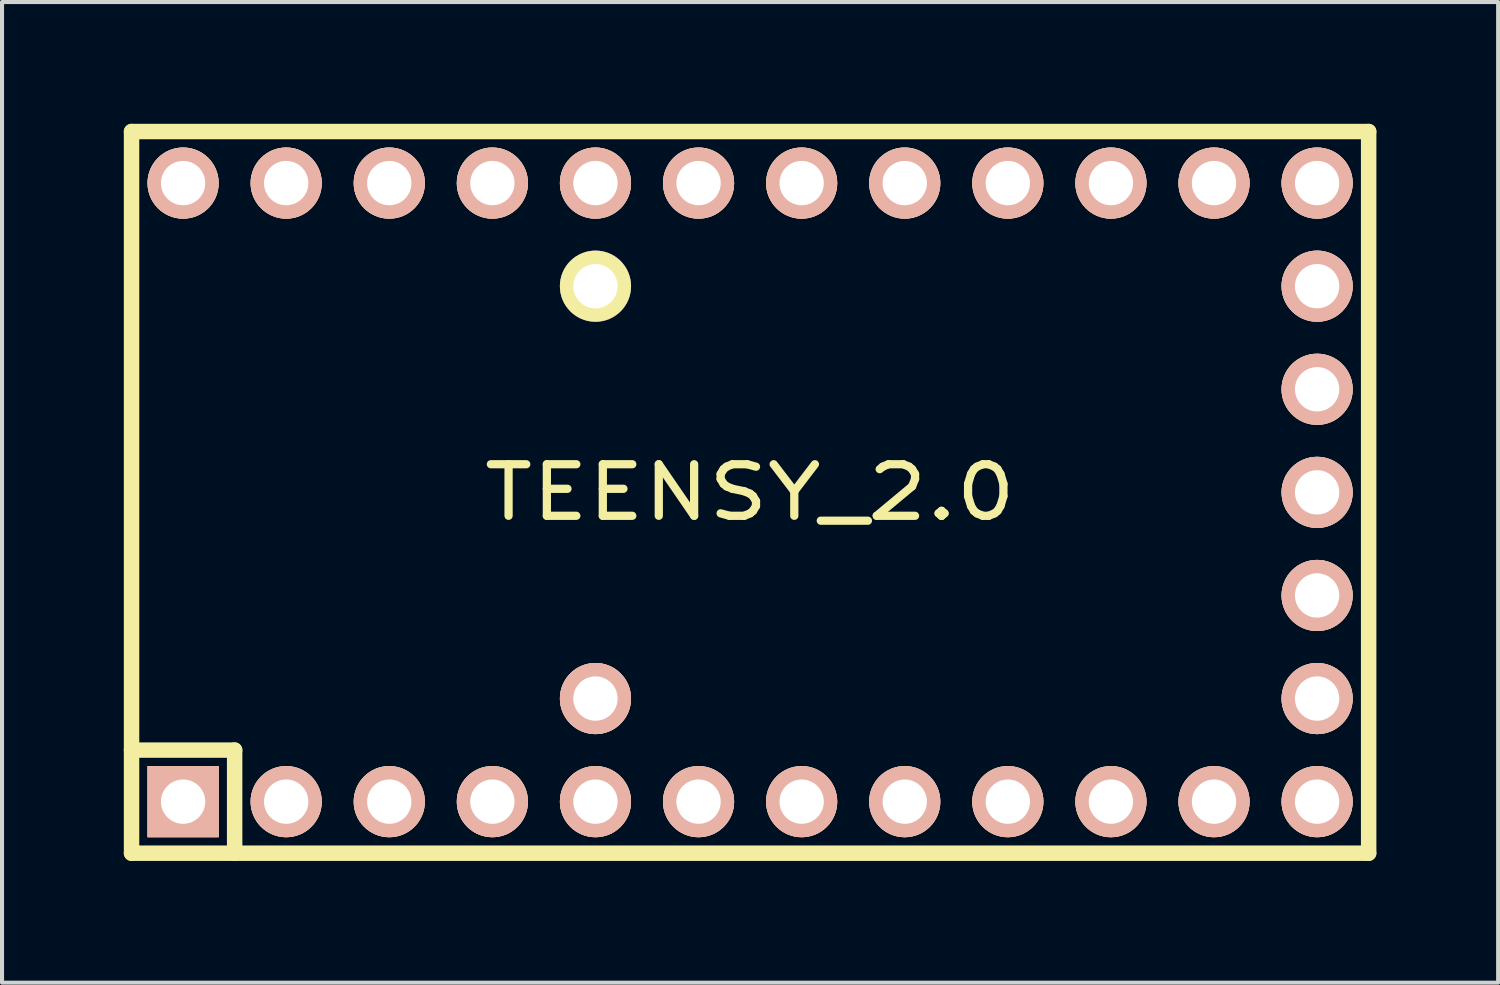
<source format=kicad_pcb>
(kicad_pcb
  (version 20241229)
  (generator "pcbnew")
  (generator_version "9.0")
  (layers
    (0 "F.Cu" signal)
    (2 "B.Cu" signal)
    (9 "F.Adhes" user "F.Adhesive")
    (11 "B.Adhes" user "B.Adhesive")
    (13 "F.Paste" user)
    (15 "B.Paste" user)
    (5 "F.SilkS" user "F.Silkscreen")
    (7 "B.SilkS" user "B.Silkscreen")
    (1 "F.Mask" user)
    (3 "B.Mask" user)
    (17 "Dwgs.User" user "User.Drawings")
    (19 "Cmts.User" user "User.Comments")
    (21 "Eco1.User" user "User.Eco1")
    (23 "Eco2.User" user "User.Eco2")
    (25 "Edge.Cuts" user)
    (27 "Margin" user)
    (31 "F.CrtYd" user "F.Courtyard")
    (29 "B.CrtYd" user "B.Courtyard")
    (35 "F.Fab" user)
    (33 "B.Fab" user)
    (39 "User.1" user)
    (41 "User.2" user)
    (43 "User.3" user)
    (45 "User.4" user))
  (footprint "TEENSY_2.0"
    (layer "F.Cu")
    (at 15.431 9.081)
    (property "Reference" "TEENSY_2.0" (at 0 0 0) (layer "F.SilkS") (effects (font (size 1.27 1.524) (thickness 0.203))))
    (attr through_hole)
    (fp_line (start -15.24 -8.89) (end -15.24 8.89) (stroke (width 0.381) (type solid)) (layer "F.SilkS"))
    (fp_line (start -15.24 6.35) (end -12.7 6.35) (stroke (width 0.381) (type solid)) (layer "F.SilkS"))
    (fp_line (start -15.24 8.89) (end 15.24 8.89) (stroke (width 0.381) (type solid)) (layer "F.SilkS"))
    (fp_line (start -12.7 6.35) (end -12.7 8.89) (stroke (width 0.381) (type solid)) (layer "F.SilkS"))
    (fp_line (start 15.24 -8.89) (end -15.24 -8.89) (stroke (width 0.381) (type solid)) (layer "F.SilkS"))
    (fp_line (start 15.24 8.89) (end 15.24 -8.89) (stroke (width 0.381) (type solid)) (layer "F.SilkS"))
    (pad "1" thru_hole rect (at -13.97 7.62) (size 1.753 1.753) (drill 1.092) (layers "*.Cu" "*.SilkS" "*.Mask"))
    (pad "2" thru_hole circle (at -11.43 7.62) (size 1.753 1.753) (drill 1.092) (layers "*.Cu" "*.SilkS" "*.Mask"))
    (pad "3" thru_hole circle (at -8.89 7.62) (size 1.753 1.753) (drill 1.092) (layers "*.Cu" "*.SilkS" "*.Mask"))
    (pad "4" thru_hole circle (at -6.35 7.62) (size 1.753 1.753) (drill 1.092) (layers "*.Cu" "*.SilkS" "*.Mask"))
    (pad "5" thru_hole circle (at -3.81 7.62) (size 1.753 1.753) (drill 1.092) (layers "*.Cu" "*.SilkS" "*.Mask"))
    (pad "6" thru_hole circle (at -1.27 7.62) (size 1.753 1.753) (drill 1.092) (layers "*.Cu" "*.SilkS" "*.Mask"))
    (pad "7" thru_hole circle (at 1.27 7.62) (size 1.753 1.753) (drill 1.092) (layers "*.Cu" "*.SilkS" "*.Mask"))
    (pad "8" thru_hole circle (at 3.81 7.62) (size 1.753 1.753) (drill 1.092) (layers "*.Cu" "*.SilkS" "*.Mask"))
    (pad "9" thru_hole circle (at 6.35 7.62) (size 1.753 1.753) (drill 1.092) (layers "*.Cu" "*.SilkS" "*.Mask"))
    (pad "10" thru_hole circle (at 8.89 7.62) (size 1.753 1.753) (drill 1.092) (layers "*.Cu" "*.SilkS" "*.Mask"))
    (pad "11" thru_hole circle (at 11.43 7.62) (size 1.753 1.753) (drill 1.092) (layers "*.Cu" "*.SilkS" "*.Mask"))
    (pad "12" thru_hole circle (at 13.97 7.62) (size 1.753 1.753) (drill 1.092) (layers "*.Cu" "*.SilkS" "*.Mask"))
    (pad "13" thru_hole circle (at 13.97 5.08 270) (size 1.753 1.753) (drill 1.092) (layers "*.Cu" "*.SilkS" "*.Mask"))
    (pad "14" thru_hole circle (at 13.97 2.54 270) (size 1.753 1.753) (drill 1.092) (layers "*.Cu" "*.SilkS" "*.Mask"))
    (pad "15" thru_hole circle (at 13.97 0 270) (size 1.753 1.753) (drill 1.092) (layers "*.Cu" "*.SilkS" "*.Mask"))
    (pad "16" thru_hole circle (at 13.97 -2.54 270) (size 1.753 1.753) (drill 1.092) (layers "*.Cu" "*.SilkS" "*.Mask"))
    (pad "17" thru_hole circle (at 13.97 -5.08 270) (size 1.753 1.753) (drill 1.092) (layers "*.Cu" "*.SilkS" "*.Mask"))
    (pad "18" thru_hole circle (at 13.97 -7.62) (size 1.753 1.753) (drill 1.092) (layers "*.Cu" "*.SilkS" "*.Mask"))
    (pad "19" thru_hole circle (at 11.43 -7.62) (size 1.753 1.753) (drill 1.092) (layers "*.Cu" "*.SilkS" "*.Mask"))
    (pad "20" thru_hole circle (at 8.89 -7.62) (size 1.753 1.753) (drill 1.092) (layers "*.Cu" "*.SilkS" "*.Mask"))
    (pad "21" thru_hole circle (at 6.35 -7.62) (size 1.753 1.753) (drill 1.092) (layers "*.Cu" "*.SilkS" "*.Mask"))
    (pad "22" thru_hole circle (at 3.81 -7.62) (size 1.753 1.753) (drill 1.092) (layers "*.Cu" "*.SilkS" "*.Mask"))
    (pad "23" thru_hole circle (at 1.27 -7.62) (size 1.753 1.753) (drill 1.092) (layers "*.Cu" "*.SilkS" "*.Mask"))
    (pad "24" thru_hole circle (at -1.27 -7.62) (size 1.753 1.753) (drill 1.092) (layers "*.Cu" "*.SilkS" "*.Mask"))
    (pad "25" thru_hole circle (at -3.81 -7.62) (size 1.753 1.753) (drill 1.092) (layers "*.Cu" "*.SilkS" "*.Mask"))
    (pad "26" thru_hole circle (at -6.35 -7.62) (size 1.753 1.753) (drill 1.092) (layers "*.Cu" "*.SilkS" "*.Mask"))
    (pad "27" thru_hole circle (at -8.89 -7.62) (size 1.753 1.753) (drill 1.092) (layers "*.Cu" "*.SilkS" "*.Mask"))
    (pad "28" thru_hole circle (at -11.43 -7.62) (size 1.753 1.753) (drill 1.092) (layers "*.Cu" "*.SilkS" "*.Mask"))
    (pad "29" thru_hole circle (at -13.97 -7.62) (size 1.753 1.753) (drill 1.092) (layers "*.Cu" "*.SilkS" "*.Mask"))
    (pad "30" thru_hole circle (at -3.81 -5.08 270) (size 1.753 1.753) (drill 1.092) (layers "*.Cu" "*.Mask" "F.SilkS"))
    (pad "31" thru_hole circle (at -3.81 5.08 270) (size 1.753 1.753) (drill 1.092) (layers "*.Cu" "*.SilkS" "*.Mask")))
  (gr_rect
    (start -3 -3)
    (end 33.861 21.161)
    (stroke (width 0.1) (type default))
    (fill no)
    (layer "Edge.Cuts")))
</source>
